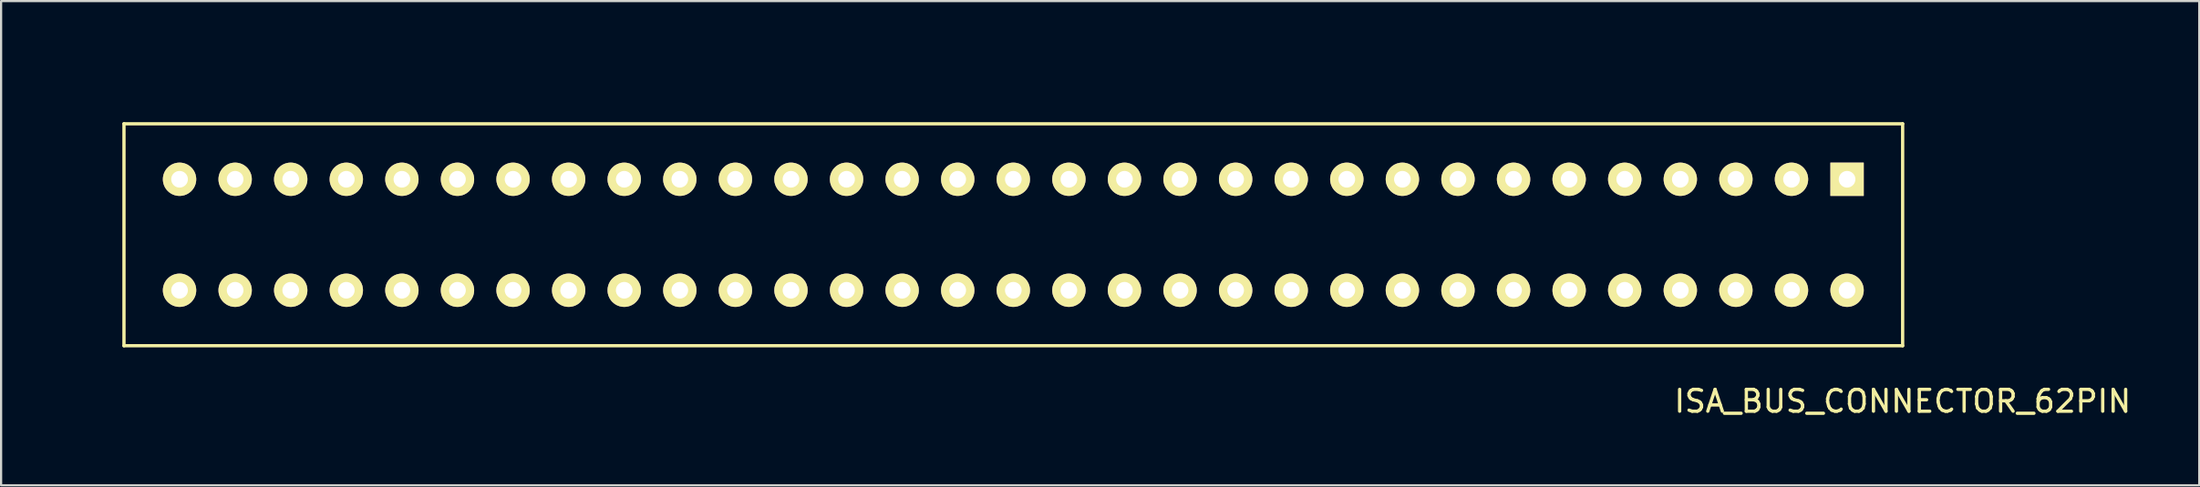
<source format=kicad_pcb>
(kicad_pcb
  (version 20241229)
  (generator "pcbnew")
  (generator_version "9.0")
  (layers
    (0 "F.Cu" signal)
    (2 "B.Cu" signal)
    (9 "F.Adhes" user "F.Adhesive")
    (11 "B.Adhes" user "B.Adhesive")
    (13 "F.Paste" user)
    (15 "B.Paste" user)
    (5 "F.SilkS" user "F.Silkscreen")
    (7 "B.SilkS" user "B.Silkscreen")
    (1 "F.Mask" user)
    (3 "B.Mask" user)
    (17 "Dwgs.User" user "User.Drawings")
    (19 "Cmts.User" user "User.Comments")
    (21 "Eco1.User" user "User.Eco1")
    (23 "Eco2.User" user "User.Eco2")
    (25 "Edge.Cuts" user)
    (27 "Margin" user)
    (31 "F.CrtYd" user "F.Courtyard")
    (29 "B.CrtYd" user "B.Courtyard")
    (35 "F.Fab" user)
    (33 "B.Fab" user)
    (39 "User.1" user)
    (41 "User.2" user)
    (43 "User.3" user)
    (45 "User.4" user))
  (footprint "ISA_BUS_CONNECTOR_62PIN"
    (layer "F.Cu")
    (at 45.795 7.695)
    (property "Reference" "ISA_BUS_CONNECTOR_62PIN" (at 38.1 7.62 0) (layer "F.SilkS") (effects (font (size 1 1) (thickness 0.15))))
    (attr through_hole)
    (fp_line (start -43.18 -5.08) (end 38.1 -5.08) (stroke (width 0.15) (type solid)) (layer "F.SilkS"))
    (fp_line (start -43.18 5.08) (end -43.18 -5.08) (stroke (width 0.15) (type solid)) (layer "F.SilkS"))
    (fp_line (start 38.1 -5.08) (end 38.1 5.08) (stroke (width 0.15) (type solid)) (layer "F.SilkS"))
    (fp_line (start 38.1 5.08) (end -43.18 5.08) (stroke (width 0.15) (type solid)) (layer "F.SilkS"))
    (fp_line (start -45.72 -7.62) (end 40.64 -7.62) (stroke (width 0.15) (type solid)) (layer "F.Paste"))
    (fp_line (start -45.72 7.62) (end -45.72 -7.62) (stroke (width 0.15) (type solid)) (layer "F.Paste"))
    (fp_line (start 40.64 -7.62) (end 40.64 7.62) (stroke (width 0.15) (type solid)) (layer "F.Paste"))
    (fp_line (start 40.64 7.62) (end -45.72 7.62) (stroke (width 0.15) (type solid)) (layer "F.Paste"))
    (pad "1" thru_hole rect (at 35.56 -2.54 180) (size 1.524 1.524) (drill 0.762) (layers "*.Cu" "*.Mask" "F.SilkS"))
    (pad "2" thru_hole circle (at 33.02 -2.54 180) (size 1.524 1.524) (drill 0.762) (layers "*.Cu" "*.Mask" "F.SilkS"))
    (pad "3" thru_hole circle (at 30.48 -2.54 180) (size 1.524 1.524) (drill 0.762) (layers "*.Cu" "*.Mask" "F.SilkS"))
    (pad "4" thru_hole circle (at 27.94 -2.54 180) (size 1.524 1.524) (drill 0.762) (layers "*.Cu" "*.Mask" "F.SilkS"))
    (pad "5" thru_hole circle (at 25.4 -2.54 180) (size 1.524 1.524) (drill 0.762) (layers "*.Cu" "*.Mask" "F.SilkS"))
    (pad "6" thru_hole circle (at 22.86 -2.54 180) (size 1.524 1.524) (drill 0.762) (layers "*.Cu" "*.Mask" "F.SilkS"))
    (pad "7" thru_hole circle (at 20.32 -2.54 180) (size 1.524 1.524) (drill 0.762) (layers "*.Cu" "*.Mask" "F.SilkS"))
    (pad "8" thru_hole circle (at 17.78 -2.54 180) (size 1.524 1.524) (drill 0.762) (layers "*.Cu" "*.Mask" "F.SilkS"))
    (pad "9" thru_hole circle (at 15.24 -2.54 180) (size 1.524 1.524) (drill 0.762) (layers "*.Cu" "*.Mask" "F.SilkS"))
    (pad "10" thru_hole circle (at 12.7 -2.54 180) (size 1.524 1.524) (drill 0.762) (layers "*.Cu" "*.Mask" "F.SilkS"))
    (pad "11" thru_hole circle (at 10.16 -2.54 180) (size 1.524 1.524) (drill 0.762) (layers "*.Cu" "*.Mask" "F.SilkS"))
    (pad "12" thru_hole circle (at 7.62 -2.54 180) (size 1.524 1.524) (drill 0.762) (layers "*.Cu" "*.Mask" "F.SilkS"))
    (pad "13" thru_hole circle (at 5.08 -2.54 180) (size 1.524 1.524) (drill 0.762) (layers "*.Cu" "*.Mask" "F.SilkS"))
    (pad "14" thru_hole circle (at 2.54 -2.54 180) (size 1.524 1.524) (drill 0.762) (layers "*.Cu" "*.Mask" "F.SilkS"))
    (pad "15" thru_hole circle (at 0 -2.54 180) (size 1.524 1.524) (drill 0.762) (layers "*.Cu" "*.Mask" "F.SilkS"))
    (pad "16" thru_hole circle (at -2.54 -2.54 180) (size 1.524 1.524) (drill 0.762) (layers "*.Cu" "*.Mask" "F.SilkS"))
    (pad "17" thru_hole circle (at -5.08 -2.54 180) (size 1.524 1.524) (drill 0.762) (layers "*.Cu" "*.Mask" "F.SilkS"))
    (pad "18" thru_hole circle (at -7.62 -2.54 180) (size 1.524 1.524) (drill 0.762) (layers "*.Cu" "*.Mask" "F.SilkS"))
    (pad "19" thru_hole circle (at -10.16 -2.54 180) (size 1.524 1.524) (drill 0.762) (layers "*.Cu" "*.Mask" "F.SilkS"))
    (pad "20" thru_hole circle (at -12.7 -2.54 180) (size 1.524 1.524) (drill 0.762) (layers "*.Cu" "*.Mask" "F.SilkS"))
    (pad "21" thru_hole circle (at -15.24 -2.54 180) (size 1.524 1.524) (drill 0.762) (layers "*.Cu" "*.Mask" "F.SilkS"))
    (pad "22" thru_hole circle (at -17.78 -2.54 180) (size 1.524 1.524) (drill 0.762) (layers "*.Cu" "*.Mask" "F.SilkS"))
    (pad "23" thru_hole circle (at -20.32 -2.54 180) (size 1.524 1.524) (drill 0.762) (layers "*.Cu" "*.Mask" "F.SilkS"))
    (pad "24" thru_hole circle (at -22.86 -2.54 180) (size 1.524 1.524) (drill 0.762) (layers "*.Cu" "*.Mask" "F.SilkS"))
    (pad "25" thru_hole circle (at -25.4 -2.54 180) (size 1.524 1.524) (drill 0.762) (layers "*.Cu" "*.Mask" "F.SilkS"))
    (pad "26" thru_hole circle (at -27.94 -2.54 180) (size 1.524 1.524) (drill 0.762) (layers "*.Cu" "*.Mask" "F.SilkS"))
    (pad "27" thru_hole circle (at -30.48 -2.54 180) (size 1.524 1.524) (drill 0.762) (layers "*.Cu" "*.Mask" "F.SilkS"))
    (pad "28" thru_hole circle (at -33.02 -2.54 180) (size 1.524 1.524) (drill 0.762) (layers "*.Cu" "*.Mask" "F.SilkS"))
    (pad "29" thru_hole circle (at -35.56 -2.54 180) (size 1.524 1.524) (drill 0.762) (layers "*.Cu" "*.Mask" "F.SilkS"))
    (pad "30" thru_hole circle (at -38.1 -2.54 180) (size 1.524 1.524) (drill 0.762) (layers "*.Cu" "*.Mask" "F.SilkS"))
    (pad "31" thru_hole circle (at -40.64 -2.54 180) (size 1.524 1.524) (drill 0.762) (layers "*.Cu" "*.Mask" "F.SilkS"))
    (pad "32" thru_hole circle (at 35.56 2.54 180) (size 1.524 1.524) (drill 0.762) (layers "*.Cu" "*.Mask" "F.SilkS"))
    (pad "33" thru_hole circle (at 33.02 2.54 180) (size 1.524 1.524) (drill 0.762) (layers "*.Cu" "*.Mask" "F.SilkS"))
    (pad "34" thru_hole circle (at 30.48 2.54 180) (size 1.524 1.524) (drill 0.762) (layers "*.Cu" "*.Mask" "F.SilkS"))
    (pad "35" thru_hole circle (at 27.94 2.54 180) (size 1.524 1.524) (drill 0.762) (layers "*.Cu" "*.Mask" "F.SilkS"))
    (pad "36" thru_hole circle (at 25.4 2.54 180) (size 1.524 1.524) (drill 0.762) (layers "*.Cu" "*.Mask" "F.SilkS"))
    (pad "37" thru_hole circle (at 22.86 2.54 180) (size 1.524 1.524) (drill 0.762) (layers "*.Cu" "*.Mask" "F.SilkS"))
    (pad "38" thru_hole circle (at 20.32 2.54 180) (size 1.524 1.524) (drill 0.762) (layers "*.Cu" "*.Mask" "F.SilkS"))
    (pad "39" thru_hole circle (at 17.78 2.54 180) (size 1.524 1.524) (drill 0.762) (layers "*.Cu" "*.Mask" "F.SilkS"))
    (pad "40" thru_hole circle (at 15.24 2.54 180) (size 1.524 1.524) (drill 0.762) (layers "*.Cu" "*.Mask" "F.SilkS"))
    (pad "41" thru_hole circle (at 12.7 2.54 180) (size 1.524 1.524) (drill 0.762) (layers "*.Cu" "*.Mask" "F.SilkS"))
    (pad "42" thru_hole circle (at 10.16 2.54 180) (size 1.524 1.524) (drill 0.762) (layers "*.Cu" "*.Mask" "F.SilkS"))
    (pad "43" thru_hole circle (at 7.62 2.54 180) (size 1.524 1.524) (drill 0.762) (layers "*.Cu" "*.Mask" "F.SilkS"))
    (pad "44" thru_hole circle (at 5.08 2.54 180) (size 1.524 1.524) (drill 0.762) (layers "*.Cu" "*.Mask" "F.SilkS"))
    (pad "45" thru_hole circle (at 2.54 2.54 180) (size 1.524 1.524) (drill 0.762) (layers "*.Cu" "*.Mask" "F.SilkS"))
    (pad "46" thru_hole circle (at 0 2.54 180) (size 1.524 1.524) (drill 0.762) (layers "*.Cu" "*.Mask" "F.SilkS"))
    (pad "47" thru_hole circle (at -2.54 2.54 180) (size 1.524 1.524) (drill 0.762) (layers "*.Cu" "*.Mask" "F.SilkS"))
    (pad "48" thru_hole circle (at -5.08 2.54 180) (size 1.524 1.524) (drill 0.762) (layers "*.Cu" "*.Mask" "F.SilkS"))
    (pad "49" thru_hole circle (at -7.62 2.54 180) (size 1.524 1.524) (drill 0.762) (layers "*.Cu" "*.Mask" "F.SilkS"))
    (pad "50" thru_hole circle (at -10.16 2.54 180) (size 1.524 1.524) (drill 0.762) (layers "*.Cu" "*.Mask" "F.SilkS"))
    (pad "51" thru_hole circle (at -12.7 2.54 180) (size 1.524 1.524) (drill 0.762) (layers "*.Cu" "*.Mask" "F.SilkS"))
    (pad "52" thru_hole circle (at -15.24 2.54 180) (size 1.524 1.524) (drill 0.762) (layers "*.Cu" "*.Mask" "F.SilkS"))
    (pad "53" thru_hole circle (at -17.78 2.54 180) (size 1.524 1.524) (drill 0.762) (layers "*.Cu" "*.Mask" "F.SilkS"))
    (pad "54" thru_hole circle (at -20.32 2.54 180) (size 1.524 1.524) (drill 0.762) (layers "*.Cu" "*.Mask" "F.SilkS"))
    (pad "55" thru_hole circle (at -22.86 2.54 180) (size 1.524 1.524) (drill 0.762) (layers "*.Cu" "*.Mask" "F.SilkS"))
    (pad "56" thru_hole circle (at -25.4 2.54 180) (size 1.524 1.524) (drill 0.762) (layers "*.Cu" "*.Mask" "F.SilkS"))
    (pad "57" thru_hole circle (at -27.94 2.54 180) (size 1.524 1.524) (drill 0.762) (layers "*.Cu" "*.Mask" "F.SilkS"))
    (pad "58" thru_hole circle (at -30.48 2.54 180) (size 1.524 1.524) (drill 0.762) (layers "*.Cu" "*.Mask" "F.SilkS"))
    (pad "59" thru_hole circle (at -33.02 2.54 180) (size 1.524 1.524) (drill 0.762) (layers "*.Cu" "*.Mask" "F.SilkS"))
    (pad "60" thru_hole circle (at -35.56 2.54 180) (size 1.524 1.524) (drill 0.762) (layers "*.Cu" "*.Mask" "F.SilkS"))
    (pad "61" thru_hole circle (at -38.1 2.54 180) (size 1.524 1.524) (drill 0.762) (layers "*.Cu" "*.Mask" "F.SilkS"))
    (pad "62" thru_hole circle (at -40.64 2.54 180) (size 1.524 1.524) (drill 0.762) (layers "*.Cu" "*.Mask" "F.SilkS")))
  (gr_rect
    (start -3 -3)
    (end 97.449 19.163)
    (stroke (width 0.1) (type default))
    (fill no)
    (layer "Edge.Cuts")))
</source>
